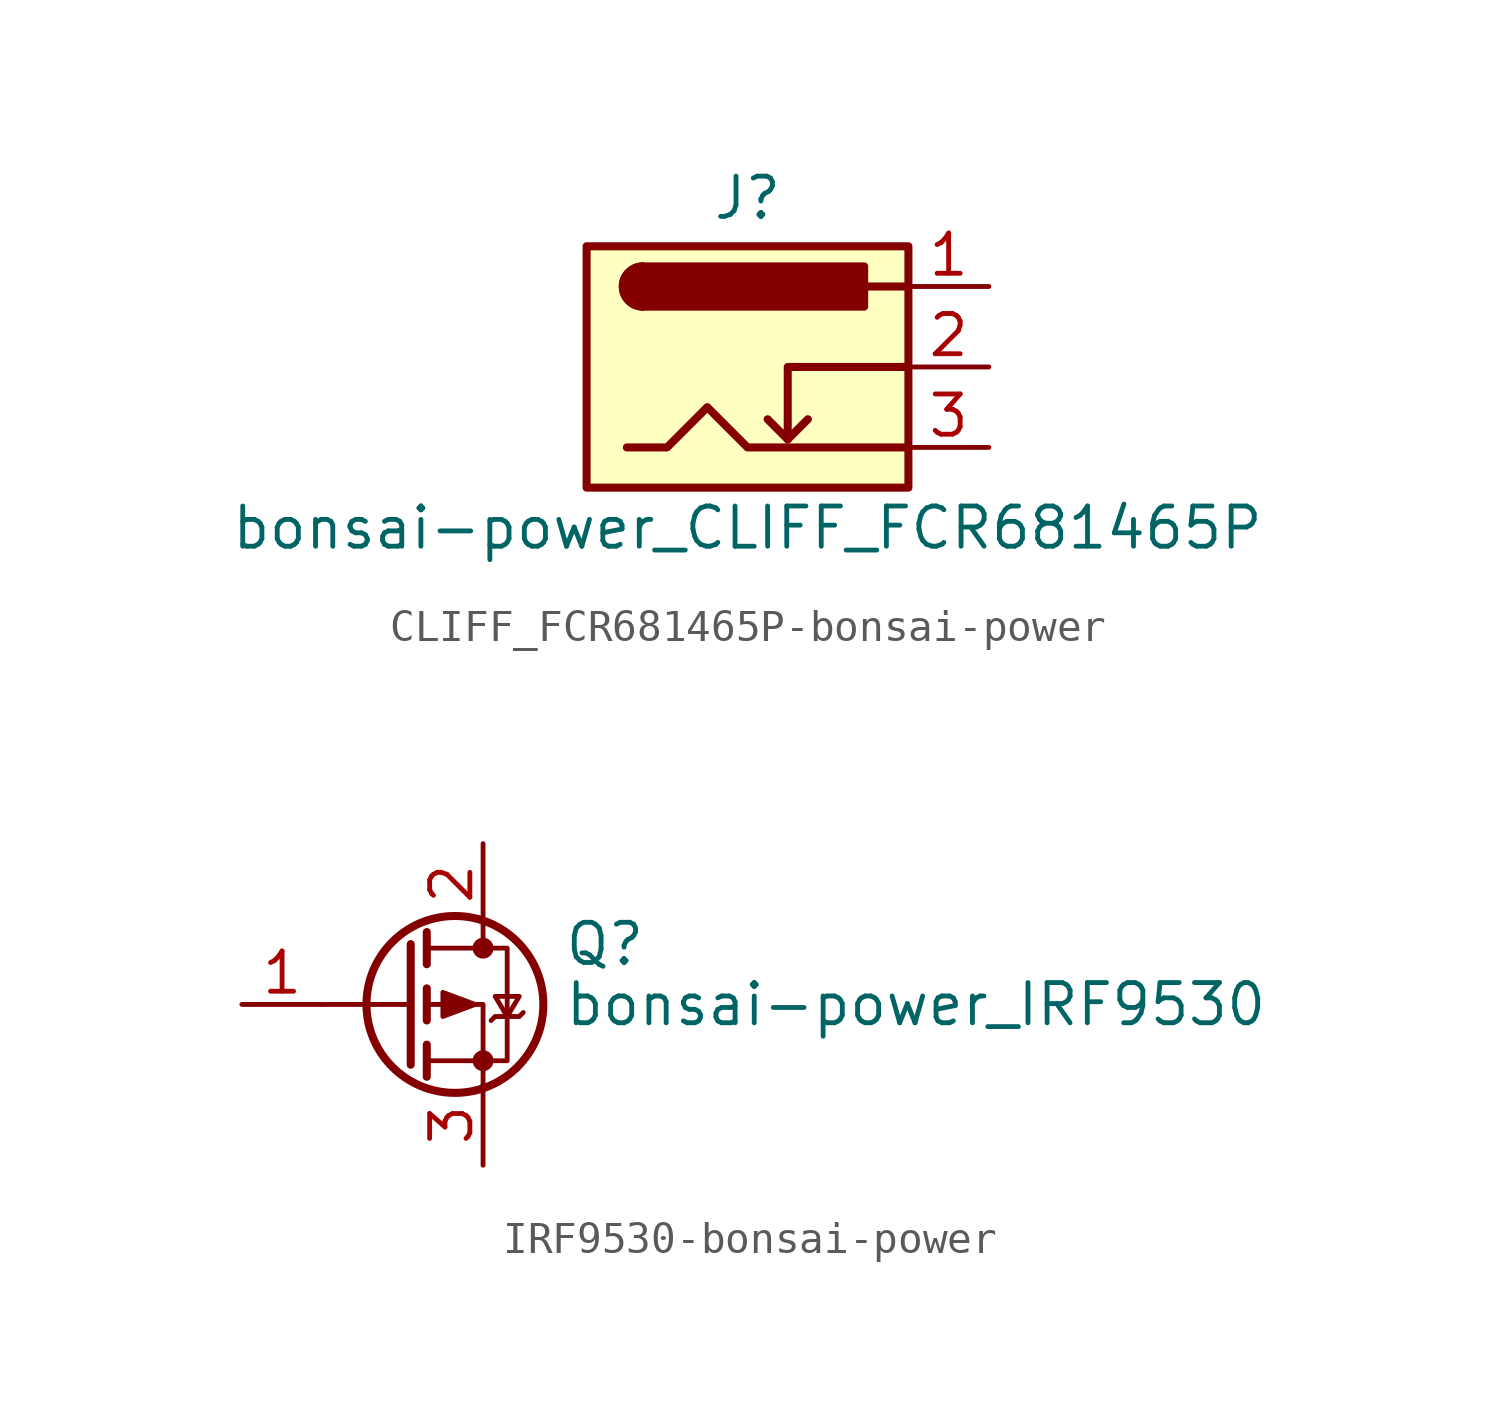
<source format=kicad_sym>
(kicad_symbol_lib
  (version 20220914)
  (generator kicad_symbol_editor)
  (symbol "CLIFF_FCR681465P-bonsai-power"
    (pin_names hide)
    (property "Reference" "J"
      (at 0 5.334 0)
      (effects (font (size 1.27 1.27))))
    (property "Value" "bonsai-power_CLIFF_FCR681465P"
      (at 0 -5.08 0)
      (effects (font (size 1.27 1.27))))
    (symbol "CLIFF_FCR681465P-bonsai-power_0_1"
      (rectangle (start -5.08 3.81) (end 5.08 -3.81) (stroke (width 0.254) (type solid)) (fill (type background)))
      (arc (start -3.302 3.175) (mid -3.9343 2.54) (end -3.302 1.905) (stroke (width 0.254) (type solid)) (fill (type none)))
      (arc (start -3.302 3.175) (mid -3.9343 2.54) (end -3.302 1.905) (stroke (width 0.254) (type solid)) (fill (type outline)))
      (polyline (pts (xy 1.27 -2.286) (xy 1.905 -1.651)) (stroke (width 0.254) (type solid)) (fill (type none)))
      (polyline (pts (xy 5.08 2.54) (xy 3.81 2.54)) (stroke (width 0.254) (type solid)) (fill (type none)))
      (polyline (pts (xy 5.08 0) (xy 1.27 0) (xy 1.27 -2.286) (xy 0.635 -1.651)) (stroke (width 0.254) (type solid)) (fill (type none)))
      (polyline (pts (xy -3.81 -2.54) (xy -2.54 -2.54) (xy -1.27 -1.27) (xy 0 -2.54) (xy 2.54 -2.54) (xy 5.08 -2.54)) (stroke (width 0.254) (type solid)) (fill (type none)))
      (rectangle (start 3.683 3.175) (end -3.302 1.905) (stroke (width 0.254) (type solid)) (fill (type outline))))
    (symbol "CLIFF_FCR681465P-bonsai-power_1_1"
      (pin passive line (at 7.62 2.54 180) (length 2.54) (name "~" (effects (font (size 1.27 1.27)))) (number "1" (effects (font (size 1.27 1.27)))))
      (pin passive line (at 7.62 0 180) (length 2.54) (name "~" (effects (font (size 1.27 1.27)))) (number "2" (effects (font (size 1.27 1.27)))))
      (pin passive line (at 7.62 -2.54 180) (length 2.54) (name "~" (effects (font (size 1.27 1.27)))) (number "3" (effects (font (size 1.27 1.27)))))))
  (symbol "IRF9530-bonsai-power"
    (pin_names hide)
    (property "Reference" "Q"
      (at 5.08 1.905 0)
      (effects (font (size 1.27 1.27)) (justify left)))
    (property "Value" "bonsai-power_IRF9530"
      (at 5.08 0 0)
      (effects (font (size 1.27 1.27)) (justify left)))
    (symbol "IRF9530-bonsai-power_0_1"
      (polyline (pts (xy 0.254 0) (xy -2.54 0)) (stroke (width 0) (type solid)) (fill (type none)))
      (polyline (pts (xy 0.254 1.905) (xy 0.254 -1.905)) (stroke (width 0.254) (type solid)) (fill (type none)))
      (polyline (pts (xy 0.762 -1.27) (xy 0.762 -2.286)) (stroke (width 0.254) (type solid)) (fill (type none)))
      (polyline (pts (xy 0.762 0.508) (xy 0.762 -0.508)) (stroke (width 0.254) (type solid)) (fill (type none)))
      (polyline (pts (xy 0.762 2.286) (xy 0.762 1.27)) (stroke (width 0.254) (type solid)) (fill (type none)))
      (polyline (pts (xy 2.54 2.54) (xy 2.54 1.778)) (stroke (width 0) (type solid)) (fill (type none)))
      (polyline (pts (xy 2.54 -2.54) (xy 2.54 0) (xy 0.762 0)) (stroke (width 0) (type solid)) (fill (type none)))
      (polyline (pts (xy 0.762 1.778) (xy 3.302 1.778) (xy 3.302 -1.778) (xy 0.762 -1.778)) (stroke (width 0) (type solid)) (fill (type none)))
      (polyline (pts (xy 2.286 0) (xy 1.27 0.381) (xy 1.27 -0.381) (xy 2.286 0)) (stroke (width 0) (type solid)) (fill (type outline)))
      (polyline (pts (xy 2.794 -0.508) (xy 2.921 -0.381) (xy 3.683 -0.381) (xy 3.81 -0.254)) (stroke (width 0) (type solid)) (fill (type none)))
      (polyline (pts (xy 3.302 -0.381) (xy 2.921 0.254) (xy 3.683 0.254) (xy 3.302 -0.381)) (stroke (width 0) (type solid)) (fill (type none)))
      (circle (center 1.651 0) (radius 2.794) (stroke (width 0.254) (type solid)) (fill (type none)))
      (circle (center 2.54 -1.778) (radius 0.254) (stroke (width 0) (type solid)) (fill (type outline)))
      (circle (center 2.54 1.778) (radius 0.254) (stroke (width 0) (type solid)) (fill (type outline))))
    (symbol "IRF9530-bonsai-power_1_1"
      (pin input line (at -5.08 0 0) (length 2.54) (name "G" (effects (font (size 1.27 1.27)))) (number "1" (effects (font (size 1.27 1.27)))))
      (pin passive line (at 2.54 5.08 270) (length 2.54) (name "D" (effects (font (size 1.27 1.27)))) (number "2" (effects (font (size 1.27 1.27)))))
      (pin passive line (at 2.54 -5.08 90) (length 2.54) (name "S" (effects (font (size 1.27 1.27)))) (number "3" (effects (font (size 1.27 1.27))))))))
</source>
